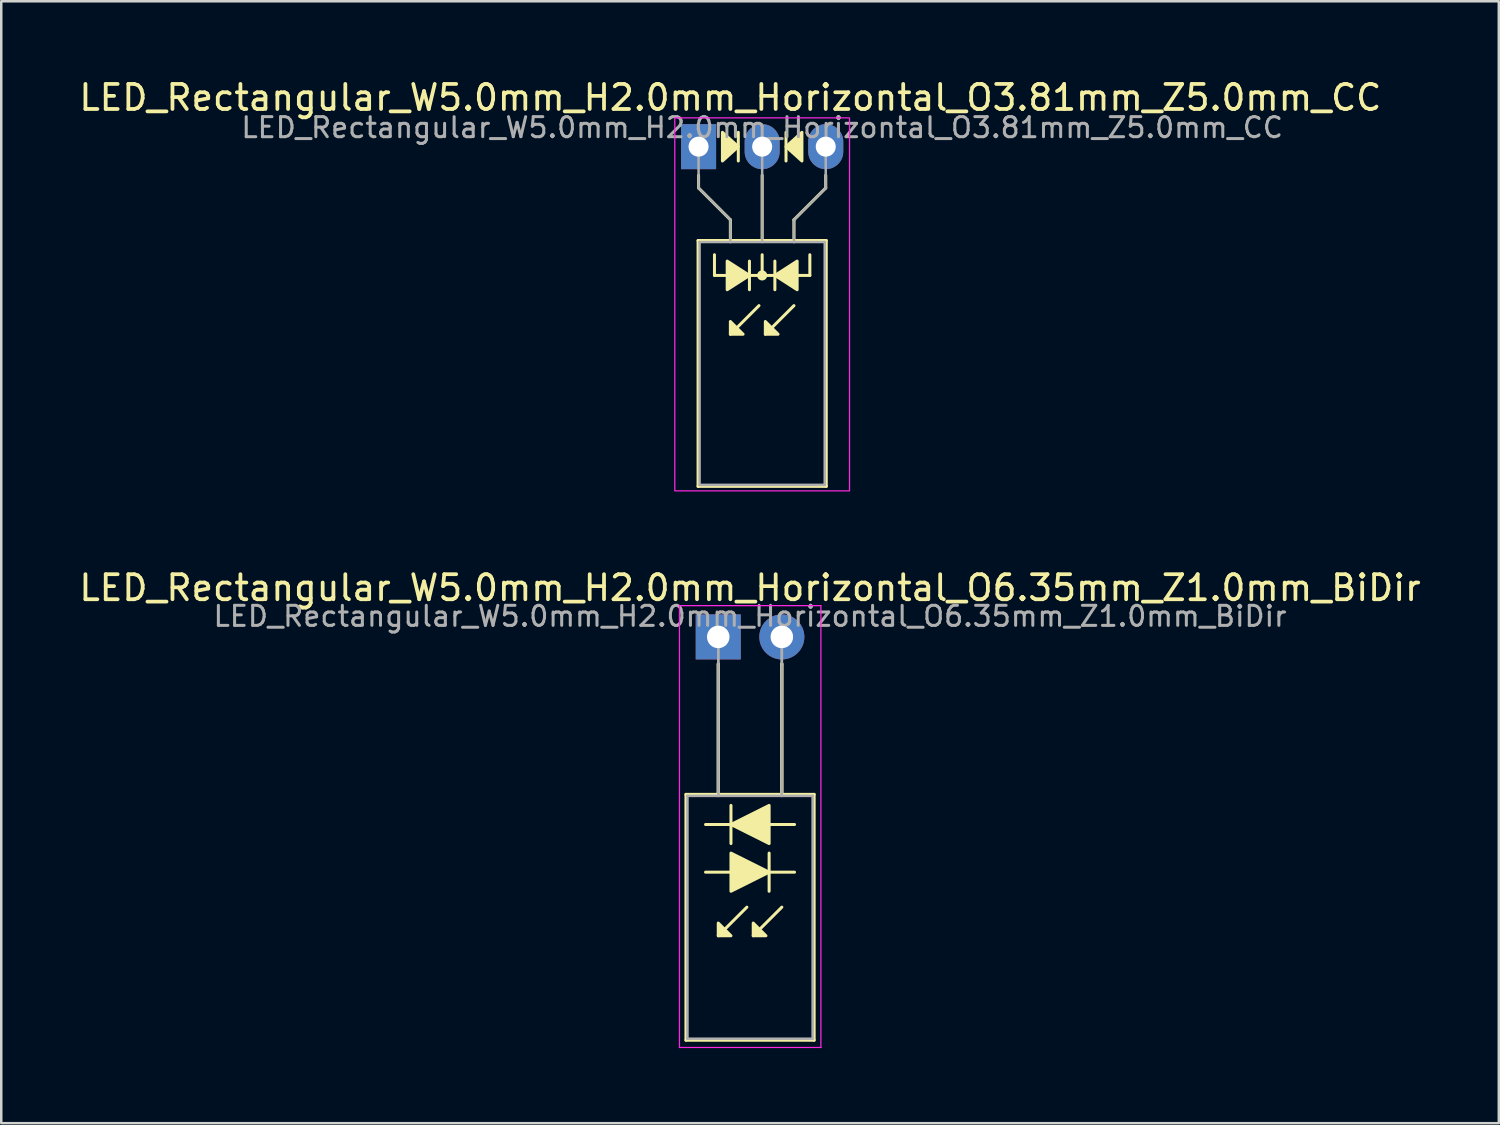
<source format=kicad_pcb>
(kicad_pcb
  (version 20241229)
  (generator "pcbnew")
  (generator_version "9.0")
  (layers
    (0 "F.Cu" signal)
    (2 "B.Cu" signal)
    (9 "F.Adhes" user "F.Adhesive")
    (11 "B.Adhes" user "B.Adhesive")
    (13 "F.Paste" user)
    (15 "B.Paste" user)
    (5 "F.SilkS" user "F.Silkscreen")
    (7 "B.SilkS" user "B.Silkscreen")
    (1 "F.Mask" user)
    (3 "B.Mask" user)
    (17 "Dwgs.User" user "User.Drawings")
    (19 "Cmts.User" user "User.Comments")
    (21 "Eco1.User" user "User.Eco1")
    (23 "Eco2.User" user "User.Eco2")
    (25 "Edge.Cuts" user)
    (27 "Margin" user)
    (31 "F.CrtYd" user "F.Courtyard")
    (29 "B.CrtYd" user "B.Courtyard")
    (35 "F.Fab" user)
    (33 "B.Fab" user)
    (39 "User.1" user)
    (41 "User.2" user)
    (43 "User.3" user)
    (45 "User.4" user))
  (footprint "LED_Rectangular_W5.0mm_H2.0mm_Horizontal_O6.35mm_Z1.0mm_BiDir"
    (layer "F.Cu")
    (at 25.641 22.392)
    (property "Reference" "LED_Rectangular_W5.0mm_H2.0mm_Horizontal_O6.35mm_Z1.0mm_BiDir" (at 1.27 -1.96 0) (layer "F.SilkS") (effects (font (size 1 1) (thickness 0.15))))
    (fp_line (start -1.29 6.29) (end -1.29 16.11) (stroke (width 0.12) (type solid)) (layer "F.SilkS"))
    (fp_line (start -1.29 16.11) (end 3.83 16.11) (stroke (width 0.12) (type solid)) (layer "F.SilkS"))
    (fp_line (start -0.508 9.398) (end 0.508 9.398) (stroke (width 0.12) (type solid)) (layer "F.SilkS"))
    (fp_line (start 0 1.08) (end 0 1.08) (stroke (width 0.12) (type solid)) (layer "F.SilkS"))
    (fp_line (start 0 1.08) (end 0 6.29) (stroke (width 0.12) (type solid)) (layer "F.SilkS"))
    (fp_line (start 0 6.29) (end 0 1.08) (stroke (width 0.12) (type solid)) (layer "F.SilkS"))
    (fp_line (start 0 6.29) (end 0 6.29) (stroke (width 0.12) (type solid)) (layer "F.SilkS"))
    (fp_line (start 0.508 6.731) (end 0.508 8.255) (stroke (width 0.12) (type solid)) (layer "F.SilkS"))
    (fp_line (start 0.508 7.493) (end -0.508 7.493) (stroke (width 0.12) (type solid)) (layer "F.SilkS"))
    (fp_line (start 1.143 10.795) (end 0 11.938) (stroke (width 0.12) (type solid)) (layer "F.SilkS"))
    (fp_line (start 2.032 9.398) (end 3.048 9.398) (stroke (width 0.12) (type solid)) (layer "F.SilkS"))
    (fp_line (start 2.032 10.16) (end 2.032 8.636) (stroke (width 0.12) (type solid)) (layer "F.SilkS"))
    (fp_line (start 2.54 1.08) (end 2.54 1.08) (stroke (width 0.12) (type solid)) (layer "F.SilkS"))
    (fp_line (start 2.54 1.08) (end 2.54 6.29) (stroke (width 0.12) (type solid)) (layer "F.SilkS"))
    (fp_line (start 2.54 6.29) (end 2.54 1.08) (stroke (width 0.12) (type solid)) (layer "F.SilkS"))
    (fp_line (start 2.54 6.29) (end 2.54 6.29) (stroke (width 0.12) (type solid)) (layer "F.SilkS"))
    (fp_line (start 2.54 10.795) (end 1.397 11.938) (stroke (width 0.12) (type solid)) (layer "F.SilkS"))
    (fp_line (start 3.048 7.493) (end 2.032 7.493) (stroke (width 0.12) (type solid)) (layer "F.SilkS"))
    (fp_line (start 3.83 6.29) (end -1.29 6.29) (stroke (width 0.12) (type solid)) (layer "F.SilkS"))
    (fp_line (start 3.83 16.11) (end 3.83 6.29) (stroke (width 0.12) (type solid)) (layer "F.SilkS"))
    (fp_poly (pts (xy 0 11.43) (xy 0.508 11.938) (xy 0 11.938)) (stroke (width 0.12) (type solid)) (fill yes) (layer "F.SilkS"))
    (fp_poly (pts (xy 0.508 8.636) (xy 2.032 9.398) (xy 0.508 10.16)) (stroke (width 0.12) (type solid)) (fill yes) (layer "F.SilkS"))
    (fp_poly (pts (xy 1.397 11.43) (xy 1.905 11.938) (xy 1.397 11.938)) (stroke (width 0.12) (type solid)) (fill yes) (layer "F.SilkS"))
    (fp_poly (pts (xy 2.032 8.255) (xy 0.508 7.493) (xy 2.032 6.731)) (stroke (width 0.12) (type solid)) (fill yes) (layer "F.SilkS"))
    (fp_line (start -1.55 -1.25) (end -1.55 16.4) (stroke (width 0.05) (type solid)) (layer "F.CrtYd"))
    (fp_line (start -1.55 16.4) (end 4.1 16.4) (stroke (width 0.05) (type solid)) (layer "F.CrtYd"))
    (fp_line (start 4.1 -1.25) (end -1.55 -1.25) (stroke (width 0.05) (type solid)) (layer "F.CrtYd"))
    (fp_line (start 4.1 16.4) (end 4.1 -1.25) (stroke (width 0.05) (type solid)) (layer "F.CrtYd"))
    (fp_line (start -1.23 6.35) (end -1.23 16.05) (stroke (width 0.1) (type solid)) (layer "F.Fab"))
    (fp_line (start -1.23 16.05) (end 3.77 16.05) (stroke (width 0.1) (type solid)) (layer "F.Fab"))
    (fp_line (start 0 0) (end 0 0) (stroke (width 0.1) (type solid)) (layer "F.Fab"))
    (fp_line (start 0 0) (end 0 6.35) (stroke (width 0.1) (type solid)) (layer "F.Fab"))
    (fp_line (start 0 6.35) (end 0 0) (stroke (width 0.1) (type solid)) (layer "F.Fab"))
    (fp_line (start 0 6.35) (end 0 6.35) (stroke (width 0.1) (type solid)) (layer "F.Fab"))
    (fp_line (start 2.54 0) (end 2.54 0) (stroke (width 0.1) (type solid)) (layer "F.Fab"))
    (fp_line (start 2.54 0) (end 2.54 6.35) (stroke (width 0.1) (type solid)) (layer "F.Fab"))
    (fp_line (start 2.54 6.35) (end 2.54 0) (stroke (width 0.1) (type solid)) (layer "F.Fab"))
    (fp_line (start 2.54 6.35) (end 2.54 6.35) (stroke (width 0.1) (type solid)) (layer "F.Fab"))
    (fp_line (start 3.77 6.35) (end -1.23 6.35) (stroke (width 0.1) (type solid)) (layer "F.Fab"))
    (fp_line (start 3.77 16.05) (end 3.77 6.35) (stroke (width 0.1) (type solid)) (layer "F.Fab"))
    (fp_text user "${REFERENCE}" (at 1.27 -0.826 0) (layer "F.Fab") (effects (font (size 0.8 0.8) (thickness 0.12))))
    (pad "1" thru_hole rect (at 0 0) (size 1.8 1.8) (drill 0.9) (layers "*.Cu" "*.Mask"))
    (pad "2" thru_hole circle (at 2.54 0) (size 1.8 1.8) (drill 0.9) (layers "*.Cu" "*.Mask")))
  (footprint "LED_Rectangular_W5.0mm_H2.0mm_Horizontal_O3.81mm_Z5.0mm_CC"
    (layer "F.Cu")
    (at 24.855 2.808)
    (property "Reference" "LED_Rectangular_W5.0mm_H2.0mm_Horizontal_O3.81mm_Z5.0mm_CC" (at 1.27 -1.96 0) (layer "F.SilkS") (effects (font (size 1 1) (thickness 0.15))))
    (fp_line (start -0.02 3.75) (end -0.02 13.57) (stroke (width 0.12) (type solid)) (layer "F.SilkS"))
    (fp_line (start -0.02 13.57) (end 5.1 13.57) (stroke (width 0.12) (type solid)) (layer "F.SilkS"))
    (fp_line (start 0 1.143) (end 0 1.651) (stroke (width 0.12) (type default)) (layer "F.SilkS"))
    (fp_line (start 0 1.651) (end 1.27 2.921) (stroke (width 0.12) (type default)) (layer "F.SilkS"))
    (fp_line (start 0.635 5.144) (end 0.635 4.318) (stroke (width 0.12) (type default)) (layer "F.SilkS"))
    (fp_line (start 0.635 5.144) (end 4.445 5.144) (stroke (width 0.12) (type default)) (layer "F.SilkS"))
    (fp_line (start 1.27 2.921) (end 1.27 3.75) (stroke (width 0.12) (type default)) (layer "F.SilkS"))
    (fp_line (start 1.27 3.75) (end 1.27 3.75) (stroke (width 0.12) (type solid)) (layer "F.SilkS"))
    (fp_line (start 1.587 0.572) (end 1.587 -0.572) (stroke (width 0.12) (type solid)) (layer "F.SilkS"))
    (fp_line (start 2.032 5.715) (end 2.032 4.572) (stroke (width 0.12) (type solid)) (layer "F.SilkS"))
    (fp_line (start 2.413 6.35) (end 1.27 7.493) (stroke (width 0.12) (type solid)) (layer "F.SilkS"))
    (fp_line (start 2.54 3.75) (end 2.54 1.143) (stroke (width 0.12) (type default)) (layer "F.SilkS"))
    (fp_line (start 2.54 5.144) (end 2.54 4.318) (stroke (width 0.12) (type default)) (layer "F.SilkS"))
    (fp_line (start 3.048 4.572) (end 3.048 5.715) (stroke (width 0.12) (type solid)) (layer "F.SilkS"))
    (fp_line (start 3.493 -0.572) (end 3.493 0.572) (stroke (width 0.12) (type solid)) (layer "F.SilkS"))
    (fp_line (start 3.81 2.921) (end 3.81 3.75) (stroke (width 0.12) (type default)) (layer "F.SilkS"))
    (fp_line (start 3.81 3.75) (end 3.81 3.75) (stroke (width 0.12) (type solid)) (layer "F.SilkS"))
    (fp_line (start 3.81 6.35) (end 2.667 7.493) (stroke (width 0.12) (type solid)) (layer "F.SilkS"))
    (fp_line (start 4.445 5.144) (end 4.445 4.318) (stroke (width 0.12) (type default)) (layer "F.SilkS"))
    (fp_line (start 5.08 1.143) (end 5.08 1.651) (stroke (width 0.12) (type default)) (layer "F.SilkS"))
    (fp_line (start 5.08 1.651) (end 3.81 2.921) (stroke (width 0.12) (type default)) (layer "F.SilkS"))
    (fp_line (start 5.1 3.75) (end -0.02 3.75) (stroke (width 0.12) (type solid)) (layer "F.SilkS"))
    (fp_line (start 5.1 13.57) (end 5.1 3.75) (stroke (width 0.12) (type solid)) (layer "F.SilkS"))
    (fp_circle (center 2.54 5.144) (end 2.682 5.144) (stroke (width 0.12) (type solid)) (fill yes) (layer "F.SilkS"))
    (fp_poly (pts (xy 0.953 -0.572) (xy 1.587 0) (xy 0.953 0.572)) (stroke (width 0.12) (type solid)) (fill yes) (layer "F.SilkS"))
    (fp_poly (pts (xy 1.143 4.572) (xy 2.032 5.144) (xy 1.143 5.715)) (stroke (width 0.12) (type solid)) (fill yes) (layer "F.SilkS"))
    (fp_poly (pts (xy 1.27 6.985) (xy 1.778 7.493) (xy 1.27 7.493)) (stroke (width 0.12) (type solid)) (fill yes) (layer "F.SilkS"))
    (fp_poly (pts (xy 2.667 6.985) (xy 3.175 7.493) (xy 2.667 7.493)) (stroke (width 0.12) (type solid)) (fill yes) (layer "F.SilkS"))
    (fp_poly (pts (xy 3.937 5.715) (xy 3.048 5.144) (xy 3.937 4.572)) (stroke (width 0.12) (type solid)) (fill yes) (layer "F.SilkS"))
    (fp_poly (pts (xy 4.128 0.572) (xy 3.493 0) (xy 4.128 -0.572)) (stroke (width 0.12) (type solid)) (fill yes) (layer "F.SilkS"))
    (fp_rect (start -0.95 -1.15) (end 6.03 13.75) (stroke (width 0.05) (type default)) (fill no) (layer "F.CrtYd"))
    (fp_line (start 0 0) (end 0 0) (stroke (width 0.1) (type solid)) (layer "F.Fab"))
    (fp_line (start 0 1.651) (end 0 0) (stroke (width 0.1) (type default)) (layer "F.Fab"))
    (fp_line (start 0.04 3.81) (end 0.04 13.51) (stroke (width 0.1) (type solid)) (layer "F.Fab"))
    (fp_line (start 0.04 13.51) (end 5.04 13.51) (stroke (width 0.1) (type solid)) (layer "F.Fab"))
    (fp_line (start 1.27 2.921) (end 0 1.651) (stroke (width 0.1) (type default)) (layer "F.Fab"))
    (fp_line (start 1.27 2.921) (end 1.27 3.81) (stroke (width 0.1) (type default)) (layer "F.Fab"))
    (fp_line (start 1.27 3.81) (end 1.27 3.81) (stroke (width 0.1) (type solid)) (layer "F.Fab"))
    (fp_line (start 2.54 0) (end 2.54 0) (stroke (width 0.1) (type solid)) (layer "F.Fab"))
    (fp_line (start 2.54 0) (end 2.54 3.81) (stroke (width 0.1) (type default)) (layer "F.Fab"))
    (fp_line (start 3.81 2.921) (end 3.81 3.81) (stroke (width 0.1) (type default)) (layer "F.Fab"))
    (fp_line (start 3.81 2.921) (end 5.08 1.651) (stroke (width 0.1) (type default)) (layer "F.Fab"))
    (fp_line (start 3.81 3.81) (end 3.81 3.81) (stroke (width 0.1) (type solid)) (layer "F.Fab"))
    (fp_line (start 5.04 3.81) (end 0.04 3.81) (stroke (width 0.1) (type solid)) (layer "F.Fab"))
    (fp_line (start 5.04 13.51) (end 5.04 3.81) (stroke (width 0.1) (type solid)) (layer "F.Fab"))
    (fp_line (start 5.08 1.651) (end 5.08 0) (stroke (width 0.1) (type default)) (layer "F.Fab"))
    (fp_text user "${REFERENCE}" (at 2.54 -0.762 0) (layer "F.Fab") (effects (font (size 0.8 0.8) (thickness 0.12))))
    (pad "1" thru_hole rect (at 0 0) (size 1.4 1.8) (drill 0.8) (layers "*.Cu" "*.Mask"))
    (pad "2" thru_hole oval (at 2.54 0) (size 1.4 1.8) (drill 0.8) (layers "*.Cu" "*.Mask"))
    (pad "3" thru_hole oval (at 5.08 0) (size 1.4 1.8) (drill 0.8) (layers "*.Cu" "*.Mask")))
  (gr_rect
    (start -3 -3)
    (end 56.821 41.816)
    (stroke (width 0.1) (type default))
    (fill no)
    (layer "Edge.Cuts")))
</source>
